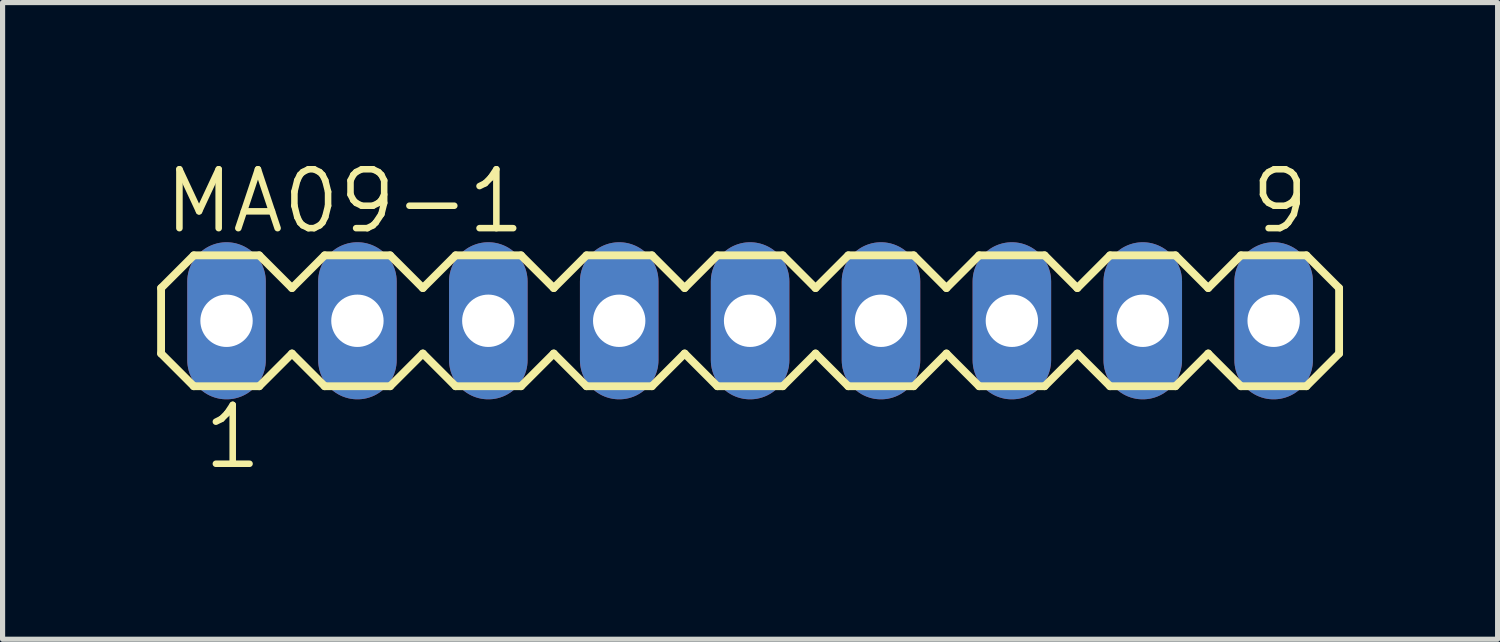
<source format=kicad_pcb>
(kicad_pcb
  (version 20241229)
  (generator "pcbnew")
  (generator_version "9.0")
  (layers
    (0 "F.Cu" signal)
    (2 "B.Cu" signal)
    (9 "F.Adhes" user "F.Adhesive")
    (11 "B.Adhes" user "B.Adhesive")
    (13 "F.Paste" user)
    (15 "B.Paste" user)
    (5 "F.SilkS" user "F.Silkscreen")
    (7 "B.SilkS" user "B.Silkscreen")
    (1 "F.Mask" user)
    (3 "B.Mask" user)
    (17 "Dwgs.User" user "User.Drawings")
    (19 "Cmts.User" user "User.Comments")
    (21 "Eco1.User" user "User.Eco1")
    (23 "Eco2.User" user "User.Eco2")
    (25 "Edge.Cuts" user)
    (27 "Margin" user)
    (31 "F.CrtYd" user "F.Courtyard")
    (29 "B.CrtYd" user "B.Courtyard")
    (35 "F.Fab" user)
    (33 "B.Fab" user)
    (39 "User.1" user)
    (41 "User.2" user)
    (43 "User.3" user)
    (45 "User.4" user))
  (footprint "MA09-1"
    (layer "F.Cu")
    (at 11.506 3.175)
    (property "Reference" "MA09-1" (at -11.43 -1.651 0) (layer "F.SilkS") (effects (font (size 1.143 1.143) (thickness 0.127)) (justify left bottom)))
    (fp_line (start -11.43 -0.635) (end -11.43 0.635) (stroke (width 0.152) (type solid)) (layer "F.SilkS"))
    (fp_line (start -11.43 0.635) (end -10.795 1.27) (stroke (width 0.152) (type solid)) (layer "F.SilkS"))
    (fp_line (start -10.795 -1.27) (end -11.43 -0.635) (stroke (width 0.152) (type solid)) (layer "F.SilkS"))
    (fp_line (start -10.795 -1.27) (end -9.525 -1.27) (stroke (width 0.152) (type solid)) (layer "F.SilkS"))
    (fp_line (start -9.525 -1.27) (end -8.89 -0.635) (stroke (width 0.152) (type solid)) (layer "F.SilkS"))
    (fp_line (start -9.525 1.27) (end -10.795 1.27) (stroke (width 0.152) (type solid)) (layer "F.SilkS"))
    (fp_line (start -8.89 -0.635) (end -8.255 -1.27) (stroke (width 0.152) (type solid)) (layer "F.SilkS"))
    (fp_line (start -8.89 0.635) (end -9.525 1.27) (stroke (width 0.152) (type solid)) (layer "F.SilkS"))
    (fp_line (start -8.255 -1.27) (end -6.985 -1.27) (stroke (width 0.152) (type solid)) (layer "F.SilkS"))
    (fp_line (start -8.255 1.27) (end -8.89 0.635) (stroke (width 0.152) (type solid)) (layer "F.SilkS"))
    (fp_line (start -6.985 -1.27) (end -6.35 -0.635) (stroke (width 0.152) (type solid)) (layer "F.SilkS"))
    (fp_line (start -6.985 1.27) (end -8.255 1.27) (stroke (width 0.152) (type solid)) (layer "F.SilkS"))
    (fp_line (start -6.35 -0.635) (end -5.715 -1.27) (stroke (width 0.152) (type solid)) (layer "F.SilkS"))
    (fp_line (start -6.35 0.635) (end -6.985 1.27) (stroke (width 0.152) (type solid)) (layer "F.SilkS"))
    (fp_line (start -5.715 -1.27) (end -4.445 -1.27) (stroke (width 0.152) (type solid)) (layer "F.SilkS"))
    (fp_line (start -5.715 1.27) (end -6.35 0.635) (stroke (width 0.152) (type solid)) (layer "F.SilkS"))
    (fp_line (start -4.445 -1.27) (end -3.81 -0.635) (stroke (width 0.152) (type solid)) (layer "F.SilkS"))
    (fp_line (start -4.445 1.27) (end -5.715 1.27) (stroke (width 0.152) (type solid)) (layer "F.SilkS"))
    (fp_line (start -3.81 0.635) (end -4.445 1.27) (stroke (width 0.152) (type solid)) (layer "F.SilkS"))
    (fp_line (start -3.81 0.635) (end -3.175 1.27) (stroke (width 0.152) (type solid)) (layer "F.SilkS"))
    (fp_line (start -3.175 -1.27) (end -3.81 -0.635) (stroke (width 0.152) (type solid)) (layer "F.SilkS"))
    (fp_line (start -3.175 -1.27) (end -1.905 -1.27) (stroke (width 0.152) (type solid)) (layer "F.SilkS"))
    (fp_line (start -1.905 -1.27) (end -1.27 -0.635) (stroke (width 0.152) (type solid)) (layer "F.SilkS"))
    (fp_line (start -1.905 1.27) (end -3.175 1.27) (stroke (width 0.152) (type solid)) (layer "F.SilkS"))
    (fp_line (start -1.27 0.635) (end -1.905 1.27) (stroke (width 0.152) (type solid)) (layer "F.SilkS"))
    (fp_line (start -1.27 0.635) (end -0.635 1.27) (stroke (width 0.152) (type solid)) (layer "F.SilkS"))
    (fp_line (start -0.635 -1.27) (end -1.27 -0.635) (stroke (width 0.152) (type solid)) (layer "F.SilkS"))
    (fp_line (start -0.635 -1.27) (end 0.635 -1.27) (stroke (width 0.152) (type solid)) (layer "F.SilkS"))
    (fp_line (start 0.635 -1.27) (end 1.27 -0.635) (stroke (width 0.152) (type solid)) (layer "F.SilkS"))
    (fp_line (start 0.635 1.27) (end -0.635 1.27) (stroke (width 0.152) (type solid)) (layer "F.SilkS"))
    (fp_line (start 1.27 -0.635) (end 1.905 -1.27) (stroke (width 0.152) (type solid)) (layer "F.SilkS"))
    (fp_line (start 1.27 0.635) (end 0.635 1.27) (stroke (width 0.152) (type solid)) (layer "F.SilkS"))
    (fp_line (start 1.905 -1.27) (end 3.175 -1.27) (stroke (width 0.152) (type solid)) (layer "F.SilkS"))
    (fp_line (start 1.905 1.27) (end 1.27 0.635) (stroke (width 0.152) (type solid)) (layer "F.SilkS"))
    (fp_line (start 3.175 -1.27) (end 3.81 -0.635) (stroke (width 0.152) (type solid)) (layer "F.SilkS"))
    (fp_line (start 3.175 1.27) (end 1.905 1.27) (stroke (width 0.152) (type solid)) (layer "F.SilkS"))
    (fp_line (start 3.81 -0.635) (end 4.445 -1.27) (stroke (width 0.152) (type solid)) (layer "F.SilkS"))
    (fp_line (start 3.81 0.635) (end 3.175 1.27) (stroke (width 0.152) (type solid)) (layer "F.SilkS"))
    (fp_line (start 4.445 -1.27) (end 5.715 -1.27) (stroke (width 0.152) (type solid)) (layer "F.SilkS"))
    (fp_line (start 4.445 1.27) (end 3.81 0.635) (stroke (width 0.152) (type solid)) (layer "F.SilkS"))
    (fp_line (start 5.715 -1.27) (end 6.35 -0.635) (stroke (width 0.152) (type solid)) (layer "F.SilkS"))
    (fp_line (start 5.715 1.27) (end 4.445 1.27) (stroke (width 0.152) (type solid)) (layer "F.SilkS"))
    (fp_line (start 6.35 0.635) (end 5.715 1.27) (stroke (width 0.152) (type solid)) (layer "F.SilkS"))
    (fp_line (start 6.35 0.635) (end 6.985 1.27) (stroke (width 0.152) (type solid)) (layer "F.SilkS"))
    (fp_line (start 6.985 -1.27) (end 6.35 -0.635) (stroke (width 0.152) (type solid)) (layer "F.SilkS"))
    (fp_line (start 6.985 -1.27) (end 8.255 -1.27) (stroke (width 0.152) (type solid)) (layer "F.SilkS"))
    (fp_line (start 8.255 -1.27) (end 8.89 -0.635) (stroke (width 0.152) (type solid)) (layer "F.SilkS"))
    (fp_line (start 8.255 1.27) (end 6.985 1.27) (stroke (width 0.152) (type solid)) (layer "F.SilkS"))
    (fp_line (start 8.89 0.635) (end 8.255 1.27) (stroke (width 0.152) (type solid)) (layer "F.SilkS"))
    (fp_line (start 8.89 0.635) (end 9.525 1.27) (stroke (width 0.152) (type solid)) (layer "F.SilkS"))
    (fp_line (start 9.525 -1.27) (end 8.89 -0.635) (stroke (width 0.152) (type solid)) (layer "F.SilkS"))
    (fp_line (start 9.525 -1.27) (end 10.795 -1.27) (stroke (width 0.152) (type solid)) (layer "F.SilkS"))
    (fp_line (start 10.795 -1.27) (end 11.43 -0.635) (stroke (width 0.152) (type solid)) (layer "F.SilkS"))
    (fp_line (start 10.795 1.27) (end 9.525 1.27) (stroke (width 0.152) (type solid)) (layer "F.SilkS"))
    (fp_line (start 11.43 -0.635) (end 11.43 0.635) (stroke (width 0.152) (type solid)) (layer "F.SilkS"))
    (fp_line (start 11.43 0.635) (end 10.795 1.27) (stroke (width 0.152) (type solid)) (layer "F.SilkS"))
    (fp_poly (pts (xy -10.414 0.254) (xy -9.906 0.254) (xy -9.906 -0.254) (xy -10.414 -0.254)) (stroke (width 0.1) (type default)) (fill no) (layer "F.Fab"))
    (fp_poly (pts (xy -7.874 0.254) (xy -7.366 0.254) (xy -7.366 -0.254) (xy -7.874 -0.254)) (stroke (width 0.1) (type default)) (fill no) (layer "F.Fab"))
    (fp_poly (pts (xy -5.334 0.254) (xy -4.826 0.254) (xy -4.826 -0.254) (xy -5.334 -0.254)) (stroke (width 0.1) (type default)) (fill no) (layer "F.Fab"))
    (fp_poly (pts (xy -2.794 0.254) (xy -2.286 0.254) (xy -2.286 -0.254) (xy -2.794 -0.254)) (stroke (width 0.1) (type default)) (fill no) (layer "F.Fab"))
    (fp_poly (pts (xy -0.254 0.254) (xy 0.254 0.254) (xy 0.254 -0.254) (xy -0.254 -0.254)) (stroke (width 0.1) (type default)) (fill no) (layer "F.Fab"))
    (fp_poly (pts (xy 2.286 0.254) (xy 2.794 0.254) (xy 2.794 -0.254) (xy 2.286 -0.254)) (stroke (width 0.1) (type default)) (fill no) (layer "F.Fab"))
    (fp_poly (pts (xy 4.826 0.254) (xy 5.334 0.254) (xy 5.334 -0.254) (xy 4.826 -0.254)) (stroke (width 0.1) (type default)) (fill no) (layer "F.Fab"))
    (fp_poly (pts (xy 7.366 0.254) (xy 7.874 0.254) (xy 7.874 -0.254) (xy 7.366 -0.254)) (stroke (width 0.1) (type default)) (fill no) (layer "F.Fab"))
    (fp_poly (pts (xy 9.906 0.254) (xy 10.414 0.254) (xy 10.414 -0.254) (xy 9.906 -0.254)) (stroke (width 0.1) (type default)) (fill no) (layer "F.Fab"))
    (fp_text user "9" (at 9.652 -1.651 0) (layer "F.SilkS") (effects (font (size 1.143 1.143) (thickness 0.127)) (justify left bottom)))
    (fp_text user "1" (at -10.668 2.921 0) (layer "F.SilkS") (effects (font (size 1.143 1.143) (thickness 0.127)) (justify left bottom)))
    (pad "1" thru_hole oval (at -10.16 0 90) (size 3.048 1.524) (drill 1.016) (layers "*.Cu" "*.Mask"))
    (pad "2" thru_hole oval (at -7.62 0 90) (size 3.048 1.524) (drill 1.016) (layers "*.Cu" "*.Mask"))
    (pad "3" thru_hole oval (at -5.08 0 90) (size 3.048 1.524) (drill 1.016) (layers "*.Cu" "*.Mask"))
    (pad "4" thru_hole oval (at -2.54 0 90) (size 3.048 1.524) (drill 1.016) (layers "*.Cu" "*.Mask"))
    (pad "5" thru_hole oval (at 0 0 90) (size 3.048 1.524) (drill 1.016) (layers "*.Cu" "*.Mask"))
    (pad "6" thru_hole oval (at 2.54 0 90) (size 3.048 1.524) (drill 1.016) (layers "*.Cu" "*.Mask"))
    (pad "7" thru_hole oval (at 5.08 0 90) (size 3.048 1.524) (drill 1.016) (layers "*.Cu" "*.Mask"))
    (pad "8" thru_hole oval (at 7.62 0 90) (size 3.048 1.524) (drill 1.016) (layers "*.Cu" "*.Mask"))
    (pad "9" thru_hole oval (at 10.16 0 90) (size 3.048 1.524) (drill 1.016) (layers "*.Cu" "*.Mask")))
  (gr_rect
    (start -3 -3)
    (end 26.012 9.355)
    (stroke (width 0.1) (type default))
    (fill no)
    (layer "Edge.Cuts")))
</source>
